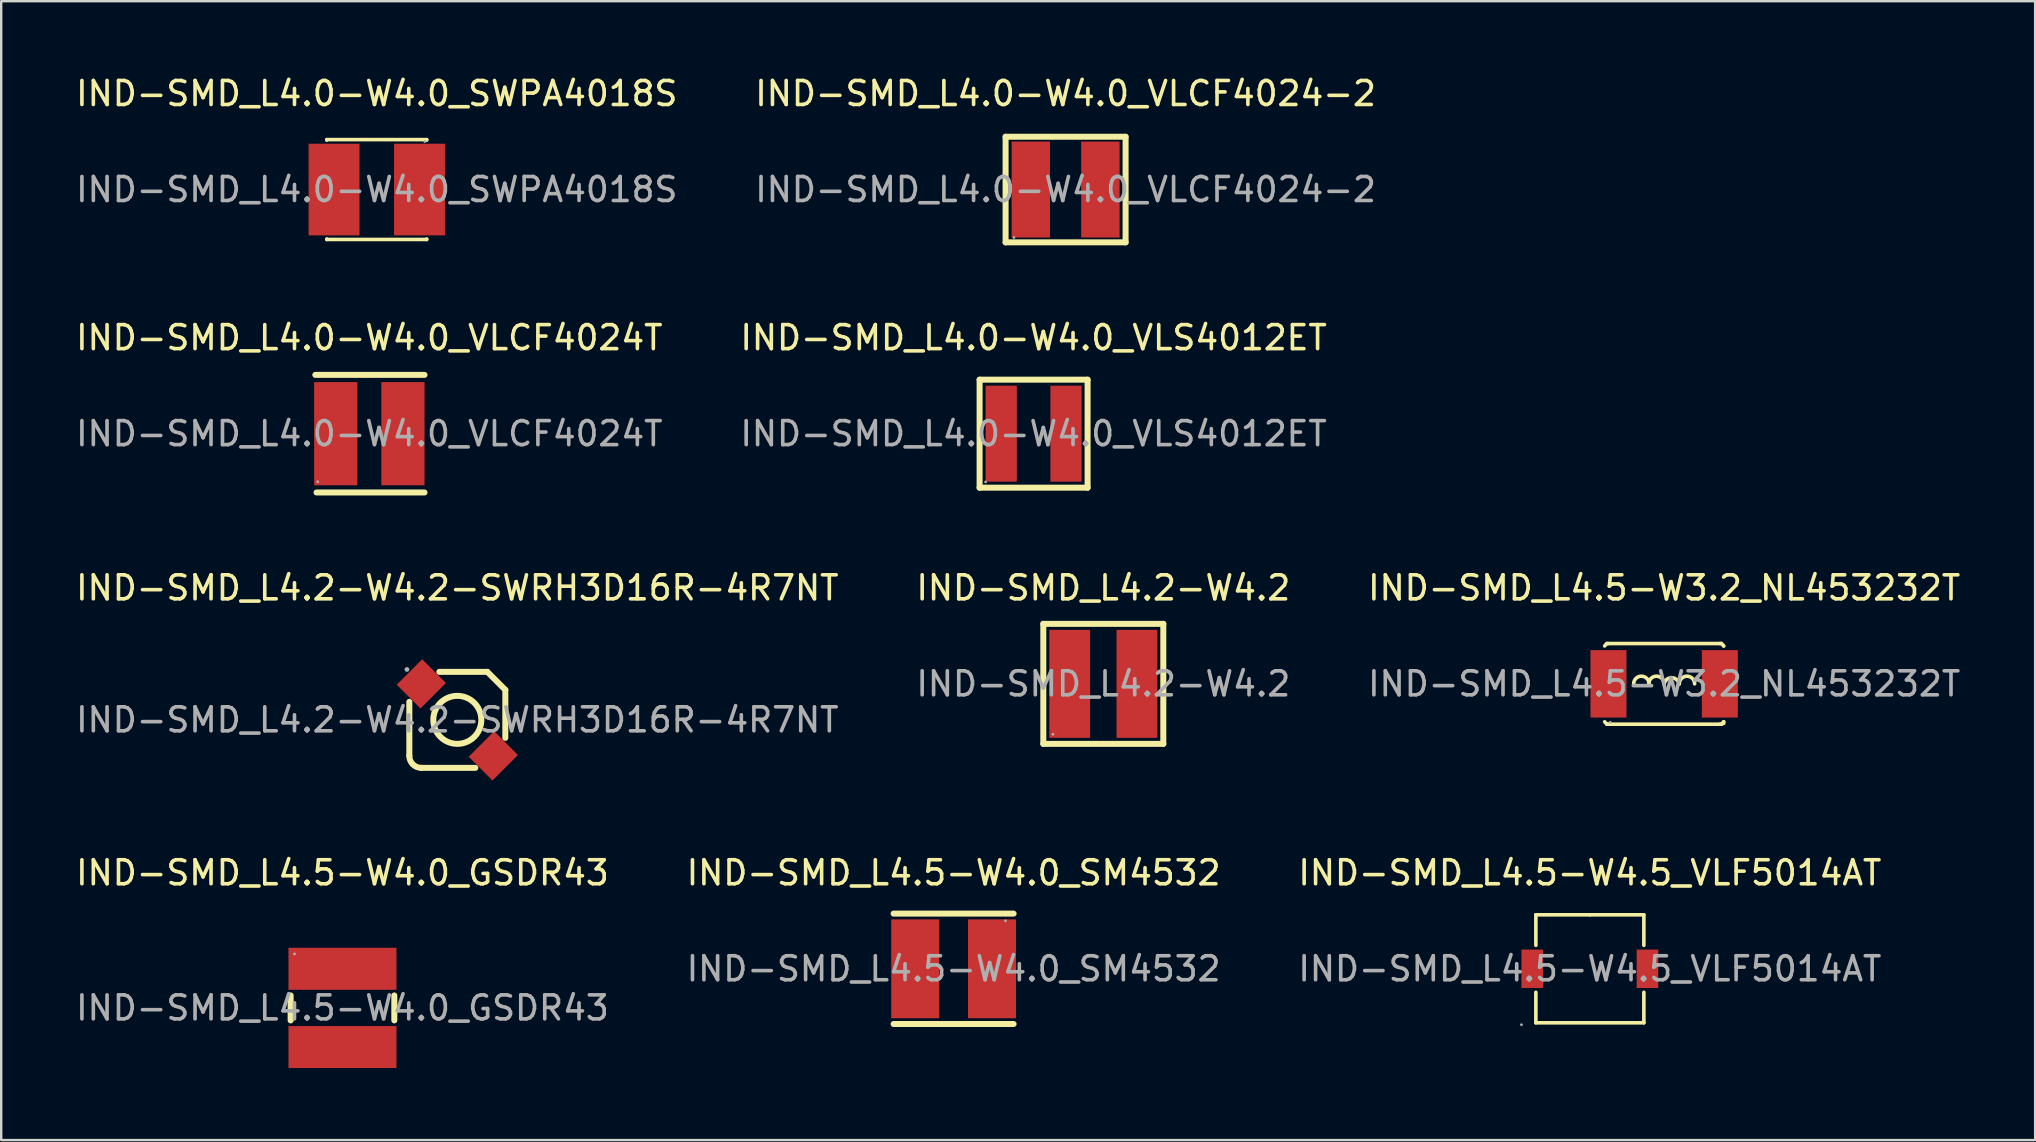
<source format=kicad_pcb>
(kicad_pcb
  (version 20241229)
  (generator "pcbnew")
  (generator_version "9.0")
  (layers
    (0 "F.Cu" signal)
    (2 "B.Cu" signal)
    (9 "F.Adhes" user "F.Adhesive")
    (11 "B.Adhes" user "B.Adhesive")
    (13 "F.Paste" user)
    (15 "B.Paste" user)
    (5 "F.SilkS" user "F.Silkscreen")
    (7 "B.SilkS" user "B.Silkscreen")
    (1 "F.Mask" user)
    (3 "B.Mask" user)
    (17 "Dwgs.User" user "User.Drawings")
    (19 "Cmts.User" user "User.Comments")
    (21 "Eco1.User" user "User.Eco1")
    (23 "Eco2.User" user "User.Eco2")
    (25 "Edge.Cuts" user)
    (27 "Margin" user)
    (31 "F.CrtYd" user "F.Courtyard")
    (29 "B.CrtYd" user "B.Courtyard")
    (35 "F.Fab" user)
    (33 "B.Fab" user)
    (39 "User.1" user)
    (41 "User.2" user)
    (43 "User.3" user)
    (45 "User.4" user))
  (footprint "IND-SMD_L4.5-W4.0_GSDR43"
    (layer "F.Cu")
    (at 11.22 38.948)
    (property "Reference" "IND-SMD_L4.5-W4.0_GSDR43" (at 0 -5.63 0) (layer "F.SilkS") (effects (font (size 1 1) (thickness 0.15))))
    (attr through_hole)
    (fp_line (start -2.16 -0.52) (end -2.16 0.52) (stroke (width 0.25) (type solid)) (layer "F.SilkS"))
    (fp_line (start 2.16 0.52) (end 2.16 -0.52) (stroke (width 0.25) (type solid)) (layer "F.SilkS"))
    (fp_circle (center -2 -2.25) (end -1.97 -2.25) (stroke (width 0.06) (type solid)) (fill no) (layer "F.Fab"))
    (fp_text user "${REFERENCE}" (at 0 0 0) (layer "F.Fab") (effects (font (size 1 1) (thickness 0.15))))
    (pad "1" smd rect (at 0 -1.63 90) (size 1.75 4.5) (layers "F.Cu" "F.Mask" "F.Paste"))
    (pad "2" smd rect (at 0 1.63 90) (size 1.75 4.5) (layers "F.Cu" "F.Mask" "F.Paste")))
  (footprint "IND-SMD_L4.0-W4.0_VLS4012ET"
    (layer "F.Cu")
    (at 40.018 15.021)
    (property "Reference" "IND-SMD_L4.0-W4.0_VLS4012ET" (at 0 -4 0) (layer "F.SilkS") (effects (font (size 1 1) (thickness 0.15))))
    (attr through_hole)
    (fp_line (start -2.25 -2.25) (end 2.25 -2.25) (stroke (width 0.25) (type solid)) (layer "F.SilkS"))
    (fp_line (start -2.25 2.25) (end -2.25 -2.25) (stroke (width 0.25) (type solid)) (layer "F.SilkS"))
    (fp_line (start 2.25 -2.25) (end 2.25 2.25) (stroke (width 0.25) (type solid)) (layer "F.SilkS"))
    (fp_line (start 2.25 2.25) (end -2.25 2.25) (stroke (width 0.25) (type solid)) (layer "F.SilkS"))
    (fp_circle (center -2 2.01) (end -1.97 2.01) (stroke (width 0.06) (type solid)) (fill no) (layer "F.Fab"))
    (fp_text user "${REFERENCE}" (at 0 0 0) (layer "F.Fab") (effects (font (size 1 1) (thickness 0.15))))
    (pad "1" smd rect (at -1.35 0 90) (size 4 1.3) (layers "F.Cu" "F.Mask" "F.Paste"))
    (pad "2" smd rect (at 1.35 0 90) (size 4 1.3) (layers "F.Cu" "F.Mask" "F.Paste")))
  (footprint "IND-SMD_L4.2-W4.2"
    (layer "F.Cu")
    (at 42.923 25.445)
    (property "Reference" "IND-SMD_L4.2-W4.2" (at 0 -4 0) (layer "F.SilkS") (effects (font (size 1 1) (thickness 0.15))))
    (attr through_hole)
    (fp_line (start -2.5 -2.5) (end 2.5 -2.5) (stroke (width 0.25) (type solid)) (layer "F.SilkS"))
    (fp_line (start -2.5 2.5) (end -2.5 -2.5) (stroke (width 0.25) (type solid)) (layer "F.SilkS"))
    (fp_line (start 2.5 -2.5) (end 2.5 2.5) (stroke (width 0.25) (type solid)) (layer "F.SilkS"))
    (fp_line (start 2.5 2.5) (end -2.5 2.5) (stroke (width 0.25) (type solid)) (layer "F.SilkS"))
    (fp_circle (center -2.1 2.1) (end -2.07 2.1) (stroke (width 0.06) (type solid)) (fill no) (layer "F.Fab"))
    (fp_text user "${REFERENCE}" (at 0 0 0) (layer "F.Fab") (effects (font (size 1 1) (thickness 0.15))))
    (pad "1" smd rect (at -1.4 0 90) (size 4.5 1.7) (layers "F.Cu" "F.Mask" "F.Paste"))
    (pad "2" smd rect (at 1.4 0 90) (size 4.5 1.7) (layers "F.Cu" "F.Mask" "F.Paste")))
  (footprint "IND-SMD_L4.2-W4.2-SWRH3D16R-4R7NT"
    (layer "F.Cu")
    (at 16.006 26.945)
    (property "Reference" "IND-SMD_L4.2-W4.2-SWRH3D16R-4R7NT" (at 0 -5.5 0) (layer "F.SilkS") (effects (font (size 1 1) (thickness 0.15))))
    (attr through_hole)
    (fp_line (start -2 -0.75) (end -2 1.5) (stroke (width 0.25) (type solid)) (layer "F.SilkS"))
    (fp_line (start -1.5 2) (end 0.75 2) (stroke (width 0.25) (type solid)) (layer "F.SilkS"))
    (fp_line (start 1.25 -2) (end -0.75 -2) (stroke (width 0.25) (type solid)) (layer "F.SilkS"))
    (fp_line (start 2 -1.25) (end 1.25 -2) (stroke (width 0.25) (type solid)) (layer "F.SilkS"))
    (fp_line (start 2 0.75) (end 2 -1.25) (stroke (width 0.25) (type solid)) (layer "F.SilkS"))
    (fp_arc (start -1.5 2) (mid -1.853553 1.853553) (end -2 1.5) (stroke (width 0.25) (type solid)) (layer "F.SilkS"))
    (fp_circle (center 0 0) (end 1 0) (stroke (width 0.25) (type solid)) (fill no) (layer "F.SilkS"))
    (fp_circle (center -2.1 -2.1) (end -2.05 -2.1) (stroke (width 0.1) (type solid)) (fill no) (layer "F.Fab"))
    (fp_text user "${REFERENCE}" (at 0 0 0) (layer "F.Fab") (effects (font (size 1 1) (thickness 0.15))))
    (pad "1" smd rect (at -1.5 -1.5 45) (size 1.5 1.4) (layers "F.Cu" "F.Mask" "F.Paste"))
    (pad "2" smd rect (at 1.5 1.5 45) (size 1.5 1.4) (layers "F.Cu" "F.Mask" "F.Paste")))
  (footprint "IND-SMD_L4.0-W4.0_VLCF4024-2"
    (layer "F.Cu")
    (at 41.351 4.848)
    (property "Reference" "IND-SMD_L4.0-W4.0_VLCF4024-2" (at 0 -4 0) (layer "F.SilkS") (effects (font (size 1 1) (thickness 0.15))))
    (attr through_hole)
    (fp_line (start -2.5 -2.2) (end 2.5 -2.2) (stroke (width 0.25) (type solid)) (layer "F.SilkS"))
    (fp_line (start -2.5 2.2) (end -2.5 -2.2) (stroke (width 0.25) (type solid)) (layer "F.SilkS"))
    (fp_line (start 2.5 -2.2) (end 2.5 2.2) (stroke (width 0.25) (type solid)) (layer "F.SilkS"))
    (fp_line (start 2.5 2.2) (end -2.5 2.2) (stroke (width 0.25) (type solid)) (layer "F.SilkS"))
    (fp_circle (center -2.15 2) (end -2.12 2) (stroke (width 0.06) (type solid)) (fill no) (layer "F.Fab"))
    (fp_text user "${REFERENCE}" (at 0 0 0) (layer "F.Fab") (effects (font (size 1 1) (thickness 0.15))))
    (pad "1" smd rect (at -1.45 0) (size 1.6 4) (layers "F.Cu" "F.Mask" "F.Paste"))
    (pad "2" smd rect (at 1.45 0) (size 1.6 4) (layers "F.Cu" "F.Mask" "F.Paste")))
  (footprint "IND-SMD_L4.5-W4.5_VLF5014AT"
    (layer "F.Cu")
    (at 63.196 37.318)
    (property "Reference" "IND-SMD_L4.5-W4.5_VLF5014AT" (at 0 -4 0) (layer "F.SilkS") (effects (font (size 1 1) (thickness 0.15))))
    (attr through_hole)
    (fp_line (start -2.25 -2.25) (end 0 -2.25) (stroke (width 0.15) (type solid)) (layer "F.SilkS"))
    (fp_line (start -2.25 -0.98) (end -2.25 -2.25) (stroke (width 0.15) (type solid)) (layer "F.SilkS"))
    (fp_line (start -2.25 2.25) (end -2.25 0.98) (stroke (width 0.15) (type solid)) (layer "F.SilkS"))
    (fp_line (start 0 -2.25) (end 2.25 -2.25) (stroke (width 0.15) (type solid)) (layer "F.SilkS"))
    (fp_line (start 2.25 -2.25) (end 2.25 -0.98) (stroke (width 0.15) (type solid)) (layer "F.SilkS"))
    (fp_line (start 2.25 0.98) (end 2.25 2.25) (stroke (width 0.15) (type solid)) (layer "F.SilkS"))
    (fp_line (start 2.25 2.25) (end -2.25 2.25) (stroke (width 0.15) (type solid)) (layer "F.SilkS"))
    (fp_circle (center -2.85 2.33) (end -2.82 2.33) (stroke (width 0.06) (type solid)) (fill no) (layer "F.Fab"))
    (fp_text user "${REFERENCE}" (at 0 0 0) (layer "F.Fab") (effects (font (size 1 1) (thickness 0.15))))
    (pad "1" smd rect (at -2.4 0 90) (size 1.6 0.9) (layers "F.Cu" "F.Mask" "F.Paste"))
    (pad "2" smd rect (at 2.4 0 90) (size 1.6 0.9) (layers "F.Cu" "F.Mask" "F.Paste")))
  (footprint "IND-SMD_L4.0-W4.0_SWPA4018S"
    (layer "F.Cu")
    (at 12.649 4.848)
    (property "Reference" "IND-SMD_L4.0-W4.0_SWPA4018S" (at 0 -4 0) (layer "F.SilkS") (effects (font (size 1 1) (thickness 0.15))))
    (attr through_hole)
    (fp_line (start -2.08 -2.08) (end 2.08 -2.08) (stroke (width 0.15) (type solid)) (layer "F.SilkS"))
    (fp_line (start -2.08 -2.06) (end -2.08 -2.08) (stroke (width 0.15) (type solid)) (layer "F.SilkS"))
    (fp_line (start -2.08 2.06) (end -2.08 2.08) (stroke (width 0.15) (type solid)) (layer "F.SilkS"))
    (fp_line (start -2.08 2.08) (end 2.08 2.08) (stroke (width 0.15) (type solid)) (layer "F.SilkS"))
    (fp_line (start 2.08 -2.08) (end 2.08 -2.06) (stroke (width 0.15) (type solid)) (layer "F.SilkS"))
    (fp_line (start 2.08 2.08) (end 2.08 2.06) (stroke (width 0.15) (type solid)) (layer "F.SilkS"))
    (fp_circle (center 2 -2) (end 2.03 -2) (stroke (width 0.06) (type solid)) (fill no) (layer "F.Fab"))
    (fp_text user "${REFERENCE}" (at 0 0 0) (layer "F.Fab") (effects (font (size 1 1) (thickness 0.15))))
    (pad "1" smd rect (at 1.78 0) (size 2.12 3.82) (layers "F.Cu" "F.Mask" "F.Paste"))
    (pad "2" smd rect (at -1.78 0) (size 2.12 3.82) (layers "F.Cu" "F.Mask" "F.Paste")))
  (footprint "IND-SMD_L4.0-W4.0_VLCF4024T"
    (layer "F.Cu")
    (at 12.339 15.021)
    (property "Reference" "IND-SMD_L4.0-W4.0_VLCF4024T" (at 0 -4 0) (layer "F.SilkS") (effects (font (size 1 1) (thickness 0.15))))
    (attr through_hole)
    (fp_line (start -2.25 -2.45) (end 2.3 -2.45) (stroke (width 0.25) (type solid)) (layer "F.SilkS"))
    (fp_line (start -2.2 2.45) (end 2.3 2.45) (stroke (width 0.25) (type solid)) (layer "F.SilkS"))
    (fp_circle (center -2.15 2) (end -2.12 2) (stroke (width 0.06) (type solid)) (fill no) (layer "F.Fab"))
    (fp_text user "${REFERENCE}" (at 0 0 0) (layer "F.Fab") (effects (font (size 1 1) (thickness 0.15))))
    (pad "1" smd rect (at -1.4 0 270) (size 4.3 1.8) (layers "F.Cu" "F.Mask" "F.Paste"))
    (pad "2" smd rect (at 1.4 0 270) (size 4.3 1.8) (layers "F.Cu" "F.Mask" "F.Paste")))
  (footprint "IND-SMD_L4.5-W4.0_SM4532"
    (layer "F.Cu")
    (at 36.685 37.318)
    (property "Reference" "IND-SMD_L4.5-W4.0_SM4532" (at 0 -4 0) (layer "F.SilkS") (effects (font (size 1 1) (thickness 0.15))))
    (attr through_hole)
    (fp_line (start -2.5 -2.3) (end 2.5 -2.3) (stroke (width 0.25) (type solid)) (layer "F.SilkS"))
    (fp_line (start -2.5 2.3) (end 2.5 2.3) (stroke (width 0.25) (type solid)) (layer "F.SilkS"))
    (fp_circle (center 2.16 -2) (end 2.19 -2) (stroke (width 0.06) (type solid)) (fill no) (layer "F.Fab"))
    (fp_text user "${REFERENCE}" (at 0 0 0) (layer "F.Fab") (effects (font (size 1 1) (thickness 0.15))))
    (pad "1" smd rect (at 1.6 0) (size 2 4.12) (layers "F.Cu" "F.Mask" "F.Paste"))
    (pad "2" smd rect (at -1.6 0) (size 2 4.12) (layers "F.Cu" "F.Mask" "F.Paste")))
  (footprint "IND-SMD_L4.5-W3.2_NL453232T"
    (layer "F.Cu")
    (at 66.292 25.445)
    (property "Reference" "IND-SMD_L4.5-W3.2_NL453232T" (at 0 -4 0) (layer "F.SilkS") (effects (font (size 1 1) (thickness 0.15))))
    (attr through_hole)
    (fp_line (start -2.39 -1.68) (end -2.48 -1.58) (stroke (width 0.15) (type solid)) (layer "F.SilkS"))
    (fp_line (start -2.39 1.68) (end -2.48 1.58) (stroke (width 0.15) (type solid)) (layer "F.SilkS"))
    (fp_line (start -2.33 -1.68) (end -2.39 -1.68) (stroke (width 0.15) (type solid)) (layer "F.SilkS"))
    (fp_line (start -2.33 1.68) (end -2.39 1.68) (stroke (width 0.15) (type solid)) (layer "F.SilkS"))
    (fp_line (start 2.33 -1.68) (end -2.33 -1.68) (stroke (width 0.15) (type solid)) (layer "F.SilkS"))
    (fp_line (start 2.33 -1.68) (end 2.39 -1.68) (stroke (width 0.15) (type solid)) (layer "F.SilkS"))
    (fp_line (start 2.33 1.68) (end -2.33 1.68) (stroke (width 0.15) (type solid)) (layer "F.SilkS"))
    (fp_line (start 2.33 1.68) (end 2.39 1.68) (stroke (width 0.15) (type solid)) (layer "F.SilkS"))
    (fp_line (start 2.39 -1.68) (end 2.48 -1.58) (stroke (width 0.15) (type solid)) (layer "F.SilkS"))
    (fp_line (start 2.39 1.68) (end 2.48 1.58) (stroke (width 0.15) (type solid)) (layer "F.SilkS"))
    (fp_line (start 2.48 -1.58) (end 2.48 -1.58) (stroke (width 0.15) (type solid)) (layer "F.SilkS"))
    (fp_line (start 2.48 1.58) (end 2.48 1.65) (stroke (width 0.15) (type solid)) (layer "F.SilkS"))
    (fp_arc (start -1.27 0) (mid -0.95 -0.32) (end -0.63 0) (stroke (width 0.15) (type solid)) (layer "F.SilkS"))
    (fp_arc (start -0.64 0) (mid -0.32 -0.32) (end 0 0) (stroke (width 0.15) (type solid)) (layer "F.SilkS"))
    (fp_arc (start 0 0) (mid 0.314486 -0.255721) (end 0.62158 0.008832) (stroke (width 0.15) (type solid)) (layer "F.SilkS"))
    (fp_arc (start 0.63 0) (mid 0.95 -0.32) (end 1.27 0) (stroke (width 0.15) (type solid)) (layer "F.SilkS"))
    (fp_circle (center -2.25 1.6) (end -2.22 1.6) (stroke (width 0.06) (type solid)) (fill no) (layer "F.Fab"))
    (fp_text user "${REFERENCE}" (at 0 0 0) (layer "F.Fab") (effects (font (size 1 1) (thickness 0.15))))
    (pad "1" smd rect (at -2.32 0) (size 1.5 2.81) (layers "F.Cu" "F.Mask" "F.Paste"))
    (pad "2" smd rect (at 2.32 0) (size 1.5 2.81) (layers "F.Cu" "F.Mask" "F.Paste")))
  (gr_rect
    (start -3 -3)
    (end 81.75 44.453)
    (stroke (width 0.1) (type default))
    (fill no)
    (layer "Edge.Cuts")))
</source>
